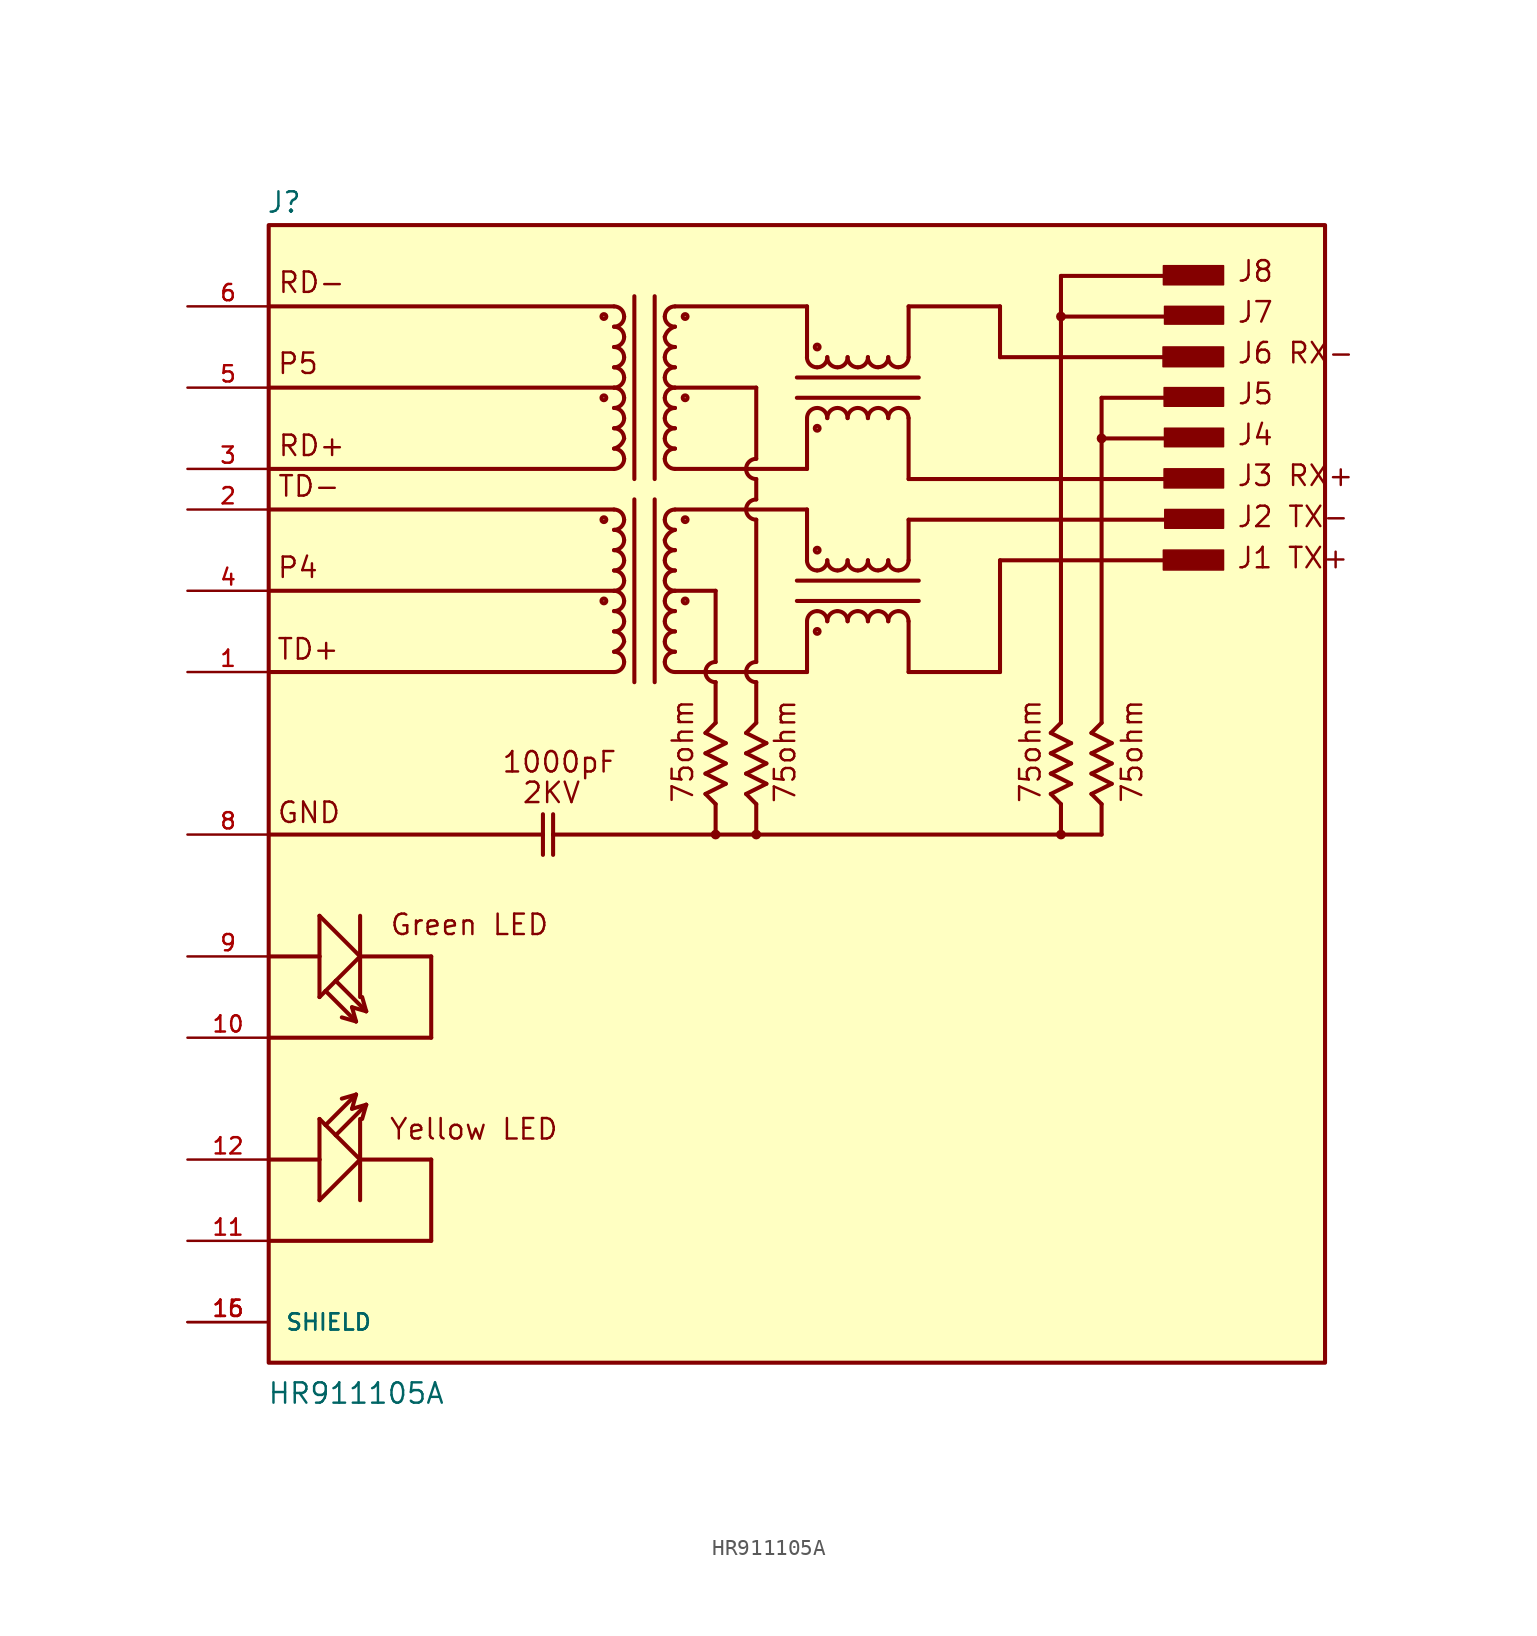
<source format=kicad_sym>
(kicad_symbol_lib
  (version 20211014)
  (generator kicad_symbol_editor)
  (symbol "HR911105A"
    (pin_names
      (offset 1.016))
    (property "Reference" "J"
      (at -33.178 36.241 0)
      (effects (font (size 1.27 1.27)) (justify bottom left)))
    (property "Value" "HR911105A"
      (at -33.124 -38.22 0)
      (effects (font (size 1.27 1.27)) (justify bottom left)))
    (symbol "HR911105A_0_0"
      (polyline (pts (xy 23.495 32.385) (xy 16.51 32.385)) (stroke (width 0.254)))
      (polyline (pts (xy 16.51 32.385) (xy 16.51 29.845)) (stroke (width 0.254)))
      (polyline (pts (xy 16.51 29.845) (xy 23.495 29.845)) (stroke (width 0.254)))
      (polyline (pts (xy 16.51 29.845) (xy 16.51 4.445)) (stroke (width 0.254)))
      (polyline (pts (xy 16.51 4.445) (xy 15.875 3.81)) (stroke (width 0.254)))
      (polyline (pts (xy 15.875 3.81) (xy 17.145 3.175)) (stroke (width 0.254)))
      (polyline (pts (xy 17.145 3.175) (xy 15.875 2.54)) (stroke (width 0.254)))
      (polyline (pts (xy 15.875 2.54) (xy 17.145 1.905)) (stroke (width 0.254)))
      (polyline (pts (xy 17.145 1.905) (xy 15.875 1.27)) (stroke (width 0.254)))
      (polyline (pts (xy 15.875 1.27) (xy 17.145 0.635)) (stroke (width 0.254)))
      (polyline (pts (xy 17.145 0.635) (xy 15.875 0.0)) (stroke (width 0.254)))
      (polyline (pts (xy 15.875 0.0) (xy 16.51 -0.635)) (stroke (width 0.254)))
      (polyline (pts (xy 16.51 -0.635) (xy 16.51 -2.54)) (stroke (width 0.254)))
      (polyline (pts (xy 23.495 24.765) (xy 19.05 24.765)) (stroke (width 0.254)))
      (polyline (pts (xy 19.05 24.765) (xy 19.05 22.225)) (stroke (width 0.254)))
      (polyline (pts (xy 19.05 22.225) (xy 23.495 22.225)) (stroke (width 0.254)))
      (polyline (pts (xy 19.05 4.445) (xy 18.415 3.81)) (stroke (width 0.254)))
      (polyline (pts (xy 18.415 3.81) (xy 19.685 3.175)) (stroke (width 0.254)))
      (polyline (pts (xy 19.685 3.175) (xy 18.415 2.54)) (stroke (width 0.254)))
      (polyline (pts (xy 18.415 2.54) (xy 19.685 1.905)) (stroke (width 0.254)))
      (polyline (pts (xy 19.685 1.905) (xy 18.415 1.27)) (stroke (width 0.254)))
      (polyline (pts (xy 18.415 1.27) (xy 19.685 0.635)) (stroke (width 0.254)))
      (polyline (pts (xy 19.685 0.635) (xy 18.415 0.0)) (stroke (width 0.254)))
      (polyline (pts (xy 18.415 0.0) (xy 19.05 -0.635)) (stroke (width 0.254)))
      (polyline (pts (xy 19.05 -0.635) (xy 19.05 -2.54)) (stroke (width 0.254)))
      (polyline (pts (xy 19.05 22.225) (xy 19.05 4.445)) (stroke (width 0.254)))
      (polyline (pts (xy 23.495 27.305) (xy 12.7 27.305)) (stroke (width 0.254)))
      (polyline (pts (xy 12.7 27.305) (xy 12.7 30.48)) (stroke (width 0.254)))
      (polyline (pts (xy 12.7 30.48) (xy 6.985 30.48)) (stroke (width 0.254)))
      (polyline (pts (xy 6.985 30.48) (xy 6.985 27.305)) (stroke (width 0.254)))
      (arc (start 6.35 26.67) (mid 6.799 26.856) (end 6.985 27.305) (stroke (width 0.254) (type default) (color 0 0 0 0)) (fill (type none)))
      (arc (start 5.715 27.305) (mid 5.901 26.856) (end 6.35 26.67) (stroke (width 0.254) (type default) (color 0 0 0 0)) (fill (type none)))
      (arc (start 5.08 26.67) (mid 5.529 26.856) (end 5.715 27.305) (stroke (width 0.254) (type default) (color 0 0 0 0)) (fill (type none)))
      (arc (start 4.445 27.305) (mid 4.631 26.856) (end 5.08 26.67) (stroke (width 0.254) (type default) (color 0 0 0 0)) (fill (type none)))
      (arc (start 3.81 26.67) (mid 4.259 26.856) (end 4.445 27.305) (stroke (width 0.254) (type default) (color 0 0 0 0)) (fill (type none)))
      (arc (start 3.175 27.305) (mid 3.361 26.856) (end 3.81 26.67) (stroke (width 0.254) (type default) (color 0 0 0 0)) (fill (type none)))
      (arc (start 2.54 26.67) (mid 2.989 26.856) (end 3.175 27.305) (stroke (width 0.254) (type default) (color 0 0 0 0)) (fill (type none)))
      (arc (start 1.905 27.305) (mid 2.091 26.856) (end 2.54 26.67) (stroke (width 0.254) (type default) (color 0 0 0 0)) (fill (type none)))
      (arc (start 1.27 26.67) (mid 1.719 26.856) (end 1.905 27.305) (stroke (width 0.254) (type default) (color 0 0 0 0)) (fill (type none)))
      (arc (start 0.635 27.305) (mid 0.821 26.856) (end 1.27 26.67) (stroke (width 0.254) (type default) (color 0 0 0 0)) (fill (type none)))
      (polyline (pts (xy 0.635 27.305) (xy 0.635 30.48)) (stroke (width 0.254)))
      (polyline (pts (xy 0.635 30.48) (xy -7.62 30.48)) (stroke (width 0.254)))
      (arc (start -8.255 29.845) (mid -8.069 30.294) (end -7.62 30.48) (stroke (width 0.254) (type default) (color 0 0 0 0)) (fill (type none)))
      (arc (start -7.62 29.21) (mid -8.069 29.396) (end -8.255 29.845) (stroke (width 0.254) (type default) (color 0 0 0 0)) (fill (type none)))
      (arc (start -8.255 28.575) (mid -8.0226 28.9776) (end -7.62 29.21) (stroke (width 0.254) (type default) (color 0 0 0 0)) (fill (type none)))
      (arc (start -7.62 27.94) (mid -8.069 28.126) (end -8.255 28.575) (stroke (width 0.254) (type default) (color 0 0 0 0)) (fill (type none)))
      (arc (start -8.255 27.305) (mid -8.069 27.754) (end -7.62 27.94) (stroke (width 0.254) (type default) (color 0 0 0 0)) (fill (type none)))
      (arc (start -7.62 26.67) (mid -8.069 26.856) (end -8.255 27.305) (stroke (width 0.254) (type default) (color 0 0 0 0)) (fill (type none)))
      (arc (start -8.255 26.035) (mid -8.069 26.484) (end -7.62 26.67) (stroke (width 0.254) (type default) (color 0 0 0 0)) (fill (type none)))
      (arc (start -7.62 25.4) (mid -8.069 25.586) (end -8.255 26.035) (stroke (width 0.254) (type default) (color 0 0 0 0)) (fill (type none)))
      (arc (start -8.255 24.765) (mid -8.069 25.214) (end -7.62 25.4) (stroke (width 0.254) (type default) (color 0 0 0 0)) (fill (type none)))
      (arc (start -7.62 24.13) (mid -8.069 24.316) (end -8.255 24.765) (stroke (width 0.254) (type default) (color 0 0 0 0)) (fill (type none)))
      (arc (start -8.255 23.495) (mid -8.069 23.944) (end -7.62 24.13) (stroke (width 0.254) (type default) (color 0 0 0 0)) (fill (type none)))
      (arc (start -7.62 22.86) (mid -8.069 23.046) (end -8.255 23.495) (stroke (width 0.254) (type default) (color 0 0 0 0)) (fill (type none)))
      (arc (start -8.255 22.225) (mid -8.069 22.674) (end -7.62 22.86) (stroke (width 0.254) (type default) (color 0 0 0 0)) (fill (type none)))
      (arc (start -7.62 21.59) (mid -8.069 21.776) (end -8.255 22.225) (stroke (width 0.254) (type default) (color 0 0 0 0)) (fill (type none)))
      (arc (start -8.255 20.955) (mid -8.069 21.404) (end -7.62 21.59) (stroke (width 0.254) (type default) (color 0 0 0 0)) (fill (type none)))
      (arc (start -7.62 20.32) (mid -8.069 20.506) (end -8.255 20.955) (stroke (width 0.254) (type default) (color 0 0 0 0)) (fill (type none)))
      (polyline (pts (xy -7.62 20.32) (xy -3.175 20.32)) (stroke (width 0.254)))
      (polyline (pts (xy -3.175 20.32) (xy 0.635 20.32)) (stroke (width 0.254)))
      (polyline (pts (xy 0.635 20.32) (xy 0.635 23.495)) (stroke (width 0.254)))
      (arc (start 1.27 24.13) (mid 0.821 23.944) (end 0.635 23.495) (stroke (width 0.254) (type default) (color 0 0 0 0)) (fill (type none)))
      (arc (start 1.905 23.495) (mid 1.719 23.944) (end 1.27 24.13) (stroke (width 0.254) (type default) (color 0 0 0 0)) (fill (type none)))
      (arc (start 2.54 24.13) (mid 2.091 23.944) (end 1.905 23.495) (stroke (width 0.254) (type default) (color 0 0 0 0)) (fill (type none)))
      (arc (start 3.175 23.495) (mid 2.989 23.944) (end 2.54 24.13) (stroke (width 0.254) (type default) (color 0 0 0 0)) (fill (type none)))
      (arc (start 3.81 24.13) (mid 3.361 23.944) (end 3.175 23.495) (stroke (width 0.254) (type default) (color 0 0 0 0)) (fill (type none)))
      (arc (start 4.445 23.495) (mid 4.259 23.944) (end 3.81 24.13) (stroke (width 0.254) (type default) (color 0 0 0 0)) (fill (type none)))
      (arc (start 5.08 24.13) (mid 4.631 23.944) (end 4.445 23.495) (stroke (width 0.254) (type default) (color 0 0 0 0)) (fill (type none)))
      (arc (start 5.715 23.495) (mid 5.529 23.944) (end 5.08 24.13) (stroke (width 0.254) (type default) (color 0 0 0 0)) (fill (type none)))
      (arc (start 6.35 24.13) (mid 5.901 23.944) (end 5.715 23.495) (stroke (width 0.254) (type default) (color 0 0 0 0)) (fill (type none)))
      (arc (start 6.985 23.495) (mid 6.799 23.944) (end 6.35 24.13) (stroke (width 0.254) (type default) (color 0 0 0 0)) (fill (type none)))
      (polyline (pts (xy 6.985 23.495) (xy 6.985 19.685)) (stroke (width 0.254)))
      (polyline (pts (xy 0.0 26.035) (xy 7.62 26.035)) (stroke (width 0.254)))
      (polyline (pts (xy 0.0 24.765) (xy 7.62 24.765)) (stroke (width 0.254)))
      (polyline (pts (xy 23.495 19.685) (xy 6.985 19.685)) (stroke (width 0.254)))
      (polyline (pts (xy -8.89 31.115) (xy -8.89 19.685)) (stroke (width 0.254)))
      (polyline (pts (xy -10.16 31.115) (xy -10.16 19.685)) (stroke (width 0.254)))
      (arc (start -10.795 20.955) (mid -10.981 20.506) (end -11.43 20.32) (stroke (width 0.254) (type default) (color 0 0 0 0)) (fill (type none)))
      (arc (start -11.43 21.59) (mid -10.981 21.404) (end -10.795 20.955) (stroke (width 0.254) (type default) (color 0 0 0 0)) (fill (type none)))
      (arc (start -10.795 22.225) (mid -11.0274 21.8224) (end -11.43 21.59) (stroke (width 0.254) (type default) (color 0 0 0 0)) (fill (type none)))
      (arc (start -11.43 22.86) (mid -10.981 22.674) (end -10.795 22.225) (stroke (width 0.254) (type default) (color 0 0 0 0)) (fill (type none)))
      (arc (start -10.795 23.495) (mid -10.981 23.046) (end -11.43 22.86) (stroke (width 0.254) (type default) (color 0 0 0 0)) (fill (type none)))
      (arc (start -11.43 24.13) (mid -10.981 23.944) (end -10.795 23.495) (stroke (width 0.254) (type default) (color 0 0 0 0)) (fill (type none)))
      (arc (start -10.795 24.765) (mid -10.981 24.316) (end -11.43 24.13) (stroke (width 0.254) (type default) (color 0 0 0 0)) (fill (type none)))
      (arc (start -11.43 25.4) (mid -10.981 25.214) (end -10.795 24.765) (stroke (width 0.254) (type default) (color 0 0 0 0)) (fill (type none)))
      (arc (start -10.795 26.035) (mid -10.981 25.586) (end -11.43 25.4) (stroke (width 0.254) (type default) (color 0 0 0 0)) (fill (type none)))
      (arc (start -11.43 26.67) (mid -10.981 26.484) (end -10.795 26.035) (stroke (width 0.254) (type default) (color 0 0 0 0)) (fill (type none)))
      (arc (start -10.795 27.305) (mid -10.981 26.856) (end -11.43 26.67) (stroke (width 0.254) (type default) (color 0 0 0 0)) (fill (type none)))
      (arc (start -11.43 27.94) (mid -10.981 27.754) (end -10.795 27.305) (stroke (width 0.254) (type default) (color 0 0 0 0)) (fill (type none)))
      (arc (start -10.795 28.575) (mid -10.981 28.126) (end -11.43 27.94) (stroke (width 0.254) (type default) (color 0 0 0 0)) (fill (type none)))
      (arc (start -11.43 29.21) (mid -10.981 29.024) (end -10.795 28.575) (stroke (width 0.254) (type default) (color 0 0 0 0)) (fill (type none)))
      (arc (start -10.795 29.845) (mid -10.981 29.396) (end -11.43 29.21) (stroke (width 0.254) (type default) (color 0 0 0 0)) (fill (type none)))
      (arc (start -11.43 30.48) (mid -10.981 30.294) (end -10.795 29.845) (stroke (width 0.254) (type default) (color 0 0 0 0)) (fill (type none)))
      (polyline (pts (xy -11.43 30.48) (xy -33.02 30.48)) (stroke (width 0.254)))
      (polyline (pts (xy -33.02 20.32) (xy -11.43 20.32)) (stroke (width 0.254)))
      (polyline (pts (xy -11.43 25.4) (xy -33.02 25.4)) (stroke (width 0.254)))
      (polyline (pts (xy 23.495 17.145) (xy 6.985 17.145)) (stroke (width 0.254)))
      (polyline (pts (xy 6.985 17.145) (xy 6.985 14.605)) (stroke (width 0.254)))
      (arc (start 6.35 13.97) (mid 6.799 14.156) (end 6.985 14.605) (stroke (width 0.254) (type default) (color 0 0 0 0)) (fill (type none)))
      (arc (start 5.715 14.605) (mid 5.901 14.156) (end 6.35 13.97) (stroke (width 0.254) (type default) (color 0 0 0 0)) (fill (type none)))
      (arc (start 5.08 13.97) (mid 5.529 14.156) (end 5.715 14.605) (stroke (width 0.254) (type default) (color 0 0 0 0)) (fill (type none)))
      (arc (start 4.445 14.605) (mid 4.631 14.156) (end 5.08 13.97) (stroke (width 0.254) (type default) (color 0 0 0 0)) (fill (type none)))
      (arc (start 3.81 13.97) (mid 4.259 14.156) (end 4.445 14.605) (stroke (width 0.254) (type default) (color 0 0 0 0)) (fill (type none)))
      (arc (start 3.175 14.605) (mid 3.361 14.156) (end 3.81 13.97) (stroke (width 0.254) (type default) (color 0 0 0 0)) (fill (type none)))
      (arc (start 2.54 13.97) (mid 2.989 14.156) (end 3.175 14.605) (stroke (width 0.254) (type default) (color 0 0 0 0)) (fill (type none)))
      (arc (start 1.905 14.605) (mid 2.091 14.156) (end 2.54 13.97) (stroke (width 0.254) (type default) (color 0 0 0 0)) (fill (type none)))
      (arc (start 1.27 13.97) (mid 1.719 14.156) (end 1.905 14.605) (stroke (width 0.254) (type default) (color 0 0 0 0)) (fill (type none)))
      (arc (start 0.635 14.605) (mid 0.821 14.156) (end 1.27 13.97) (stroke (width 0.254) (type default) (color 0 0 0 0)) (fill (type none)))
      (polyline (pts (xy 0.635 14.605) (xy 0.635 17.78)) (stroke (width 0.254)))
      (polyline (pts (xy 0.635 17.78) (xy -3.175 17.78)) (stroke (width 0.254)))
      (polyline (pts (xy -3.175 17.78) (xy -7.62 17.78)) (stroke (width 0.254)))
      (arc (start -8.255 17.145) (mid -8.069 17.594) (end -7.62 17.78) (stroke (width 0.254) (type default) (color 0 0 0 0)) (fill (type none)))
      (arc (start -7.62 16.51) (mid -8.069 16.696) (end -8.255 17.145) (stroke (width 0.254) (type default) (color 0 0 0 0)) (fill (type none)))
      (arc (start -8.255 15.875) (mid -8.0226 16.2776) (end -7.62 16.51) (stroke (width 0.254) (type default) (color 0 0 0 0)) (fill (type none)))
      (arc (start -7.62 15.24) (mid -8.069 15.426) (end -8.255 15.875) (stroke (width 0.254) (type default) (color 0 0 0 0)) (fill (type none)))
      (arc (start -8.255 14.605) (mid -8.069 15.054) (end -7.62 15.24) (stroke (width 0.254) (type default) (color 0 0 0 0)) (fill (type none)))
      (arc (start -7.62 13.97) (mid -8.069 14.156) (end -8.255 14.605) (stroke (width 0.254) (type default) (color 0 0 0 0)) (fill (type none)))
      (arc (start -8.255 13.335) (mid -8.069 13.784) (end -7.62 13.97) (stroke (width 0.254) (type default) (color 0 0 0 0)) (fill (type none)))
      (arc (start -7.62 12.7) (mid -8.069 12.886) (end -8.255 13.335) (stroke (width 0.254) (type default) (color 0 0 0 0)) (fill (type none)))
      (arc (start -8.255 12.065) (mid -8.069 12.514) (end -7.62 12.7) (stroke (width 0.254) (type default) (color 0 0 0 0)) (fill (type none)))
      (arc (start -7.62 11.43) (mid -8.069 11.616) (end -8.255 12.065) (stroke (width 0.254) (type default) (color 0 0 0 0)) (fill (type none)))
      (arc (start -8.255 10.795) (mid -8.069 11.244) (end -7.62 11.43) (stroke (width 0.254) (type default) (color 0 0 0 0)) (fill (type none)))
      (arc (start -7.62 10.16) (mid -8.069 10.346) (end -8.255 10.795) (stroke (width 0.254) (type default) (color 0 0 0 0)) (fill (type none)))
      (arc (start -8.255 9.525) (mid -8.069 9.974) (end -7.62 10.16) (stroke (width 0.254) (type default) (color 0 0 0 0)) (fill (type none)))
      (arc (start -7.62 8.89) (mid -8.069 9.076) (end -8.255 9.525) (stroke (width 0.254) (type default) (color 0 0 0 0)) (fill (type none)))
      (arc (start -8.255 8.255) (mid -8.069 8.704) (end -7.62 8.89) (stroke (width 0.254) (type default) (color 0 0 0 0)) (fill (type none)))
      (arc (start -7.62 7.62) (mid -8.069 7.806) (end -8.255 8.255) (stroke (width 0.254) (type default) (color 0 0 0 0)) (fill (type none)))
      (polyline (pts (xy -7.62 7.62) (xy -5.715 7.62)) (stroke (width 0.254)))
      (polyline (pts (xy -5.715 7.62) (xy -3.175 7.62)) (stroke (width 0.254)))
      (polyline (pts (xy -3.175 7.62) (xy 0.635 7.62)) (stroke (width 0.254)))
      (polyline (pts (xy 0.635 7.62) (xy 0.635 10.795)) (stroke (width 0.254)))
      (arc (start 1.27 11.43) (mid 0.821 11.244) (end 0.635 10.795) (stroke (width 0.254) (type default) (color 0 0 0 0)) (fill (type none)))
      (arc (start 1.905 10.795) (mid 1.719 11.244) (end 1.27 11.43) (stroke (width 0.254) (type default) (color 0 0 0 0)) (fill (type none)))
      (arc (start 2.54 11.43) (mid 2.091 11.244) (end 1.905 10.795) (stroke (width 0.254) (type default) (color 0 0 0 0)) (fill (type none)))
      (arc (start 3.175 10.795) (mid 2.989 11.244) (end 2.54 11.43) (stroke (width 0.254) (type default) (color 0 0 0 0)) (fill (type none)))
      (arc (start 3.81 11.43) (mid 3.361 11.244) (end 3.175 10.795) (stroke (width 0.254) (type default) (color 0 0 0 0)) (fill (type none)))
      (arc (start 4.445 10.795) (mid 4.259 11.244) (end 3.81 11.43) (stroke (width 0.254) (type default) (color 0 0 0 0)) (fill (type none)))
      (arc (start 5.08 11.43) (mid 4.631 11.244) (end 4.445 10.795) (stroke (width 0.254) (type default) (color 0 0 0 0)) (fill (type none)))
      (arc (start 5.715 10.795) (mid 5.529 11.244) (end 5.08 11.43) (stroke (width 0.254) (type default) (color 0 0 0 0)) (fill (type none)))
      (arc (start 6.35 11.43) (mid 5.901 11.244) (end 5.715 10.795) (stroke (width 0.254) (type default) (color 0 0 0 0)) (fill (type none)))
      (arc (start 6.985 10.795) (mid 6.799 11.244) (end 6.35 11.43) (stroke (width 0.254) (type default) (color 0 0 0 0)) (fill (type none)))
      (polyline (pts (xy 6.985 10.795) (xy 6.985 7.62)) (stroke (width 0.254)))
      (polyline (pts (xy 0.0 13.335) (xy 7.62 13.335)) (stroke (width 0.254)))
      (polyline (pts (xy 0.0 12.065) (xy 7.62 12.065)) (stroke (width 0.254)))
      (polyline (pts (xy 23.495 14.605) (xy 12.7 14.605)) (stroke (width 0.254)))
      (polyline (pts (xy 12.7 14.605) (xy 12.7 7.62)) (stroke (width 0.254)))
      (polyline (pts (xy 12.7 7.62) (xy 6.985 7.62)) (stroke (width 0.254)))
      (polyline (pts (xy -8.89 18.415) (xy -8.89 6.985)) (stroke (width 0.254)))
      (polyline (pts (xy -10.16 18.415) (xy -10.16 6.985)) (stroke (width 0.254)))
      (arc (start -10.795 8.255) (mid -10.981 7.806) (end -11.43 7.62) (stroke (width 0.254) (type default) (color 0 0 0 0)) (fill (type none)))
      (arc (start -11.43 8.89) (mid -10.981 8.704) (end -10.795 8.255) (stroke (width 0.254) (type default) (color 0 0 0 0)) (fill (type none)))
      (arc (start -10.795 9.525) (mid -11.0274 9.1224) (end -11.43 8.89) (stroke (width 0.254) (type default) (color 0 0 0 0)) (fill (type none)))
      (arc (start -11.43 10.16) (mid -10.981 9.974) (end -10.795 9.525) (stroke (width 0.254) (type default) (color 0 0 0 0)) (fill (type none)))
      (arc (start -10.795 10.795) (mid -10.981 10.346) (end -11.43 10.16) (stroke (width 0.254) (type default) (color 0 0 0 0)) (fill (type none)))
      (arc (start -11.43 11.43) (mid -10.981 11.244) (end -10.795 10.795) (stroke (width 0.254) (type default) (color 0 0 0 0)) (fill (type none)))
      (arc (start -10.795 12.065) (mid -10.981 11.616) (end -11.43 11.43) (stroke (width 0.254) (type default) (color 0 0 0 0)) (fill (type none)))
      (arc (start -11.43 12.7) (mid -10.981 12.514) (end -10.795 12.065) (stroke (width 0.254) (type default) (color 0 0 0 0)) (fill (type none)))
      (arc (start -10.795 13.335) (mid -10.981 12.886) (end -11.43 12.7) (stroke (width 0.254) (type default) (color 0 0 0 0)) (fill (type none)))
      (arc (start -11.43 13.97) (mid -10.981 13.784) (end -10.795 13.335) (stroke (width 0.254) (type default) (color 0 0 0 0)) (fill (type none)))
      (arc (start -10.795 14.605) (mid -10.981 14.156) (end -11.43 13.97) (stroke (width 0.254) (type default) (color 0 0 0 0)) (fill (type none)))
      (arc (start -11.43 15.24) (mid -10.981 15.054) (end -10.795 14.605) (stroke (width 0.254) (type default) (color 0 0 0 0)) (fill (type none)))
      (arc (start -10.795 15.875) (mid -10.981 15.426) (end -11.43 15.24) (stroke (width 0.254) (type default) (color 0 0 0 0)) (fill (type none)))
      (arc (start -11.43 16.51) (mid -10.981 16.324) (end -10.795 15.875) (stroke (width 0.254) (type default) (color 0 0 0 0)) (fill (type none)))
      (arc (start -10.795 17.145) (mid -10.981 16.696) (end -11.43 16.51) (stroke (width 0.254) (type default) (color 0 0 0 0)) (fill (type none)))
      (arc (start -11.43 17.78) (mid -10.981 17.594) (end -10.795 17.145) (stroke (width 0.254) (type default) (color 0 0 0 0)) (fill (type none)))
      (polyline (pts (xy -11.43 17.78) (xy -33.02 17.78)) (stroke (width 0.254)))
      (polyline (pts (xy -11.43 7.62) (xy -33.02 7.62)) (stroke (width 0.254)))
      (polyline (pts (xy -7.62 25.4) (xy -2.54 25.4)) (stroke (width 0.254)))
      (polyline (pts (xy -2.54 25.4) (xy -2.54 20.955)) (stroke (width 0.254)))
      (arc (start -3.175 20.32) (mid -2.989 20.769) (end -2.54 20.955) (stroke (width 0.254) (type default) (color 0 0 0 0)) (fill (type none)))
      (arc (start -2.54 19.685) (mid -2.989 19.871) (end -3.175 20.32) (stroke (width 0.254) (type default) (color 0 0 0 0)) (fill (type none)))
      (polyline (pts (xy -2.54 19.685) (xy -2.54 18.415)) (stroke (width 0.254)))
      (arc (start -3.175 17.78) (mid -2.989 18.229) (end -2.54 18.415) (stroke (width 0.254) (type default) (color 0 0 0 0)) (fill (type none)))
      (arc (start -2.54 17.145) (mid -2.989 17.331) (end -3.175 17.78) (stroke (width 0.254) (type default) (color 0 0 0 0)) (fill (type none)))
      (polyline (pts (xy -2.54 17.145) (xy -2.54 8.255)) (stroke (width 0.254)))
      (arc (start -3.175 7.62) (mid -2.989 8.069) (end -2.54 8.255) (stroke (width 0.254) (type default) (color 0 0 0 0)) (fill (type none)))
      (arc (start -2.54 6.985) (mid -2.989 7.171) (end -3.175 7.62) (stroke (width 0.254) (type default) (color 0 0 0 0)) (fill (type none)))
      (polyline (pts (xy -2.54 6.985) (xy -2.54 4.445)) (stroke (width 0.254)))
      (polyline (pts (xy -2.54 4.445) (xy -3.175 3.81)) (stroke (width 0.254)))
      (polyline (pts (xy -3.175 3.81) (xy -1.905 3.175)) (stroke (width 0.254)))
      (polyline (pts (xy -1.905 3.175) (xy -3.175 2.54)) (stroke (width 0.254)))
      (polyline (pts (xy -3.175 2.54) (xy -1.905 1.905)) (stroke (width 0.254)))
      (polyline (pts (xy -1.905 1.905) (xy -3.175 1.27)) (stroke (width 0.254)))
      (polyline (pts (xy -3.175 1.27) (xy -1.905 0.635)) (stroke (width 0.254)))
      (polyline (pts (xy -1.905 0.635) (xy -3.175 0.0)) (stroke (width 0.254)))
      (polyline (pts (xy -3.175 0.0) (xy -2.54 -0.635)) (stroke (width 0.254)))
      (polyline (pts (xy -2.54 -0.635) (xy -2.54 -2.54)) (stroke (width 0.254)))
      (polyline (pts (xy -5.08 6.985) (xy -5.08 4.445)) (stroke (width 0.254)))
      (polyline (pts (xy -5.08 4.445) (xy -5.715 3.81)) (stroke (width 0.254)))
      (polyline (pts (xy -5.715 3.81) (xy -4.445 3.175)) (stroke (width 0.254)))
      (polyline (pts (xy -4.445 3.175) (xy -5.715 2.54)) (stroke (width 0.254)))
      (polyline (pts (xy -5.715 2.54) (xy -4.445 1.905)) (stroke (width 0.254)))
      (polyline (pts (xy -4.445 1.905) (xy -5.715 1.27)) (stroke (width 0.254)))
      (polyline (pts (xy -5.715 1.27) (xy -4.445 0.635)) (stroke (width 0.254)))
      (polyline (pts (xy -4.445 0.635) (xy -5.715 0.0)) (stroke (width 0.254)))
      (polyline (pts (xy -5.715 0.0) (xy -5.08 -0.635)) (stroke (width 0.254)))
      (polyline (pts (xy -5.08 -0.635) (xy -5.08 -2.54)) (stroke (width 0.254)))
      (arc (start -5.715 7.62) (mid -5.529 8.069) (end -5.08 8.255) (stroke (width 0.254) (type default) (color 0 0 0 0)) (fill (type none)))
      (arc (start -5.08 6.985) (mid -5.529 7.171) (end -5.715 7.62) (stroke (width 0.254) (type default) (color 0 0 0 0)) (fill (type none)))
      (polyline (pts (xy -5.08 8.255) (xy -5.08 12.7)) (stroke (width 0.254)))
      (polyline (pts (xy -5.08 12.7) (xy -7.62 12.7)) (stroke (width 0.254)))
      (polyline (pts (xy -33.02 12.7) (xy -11.43 12.7)) (stroke (width 0.254)))
      (polyline (pts (xy 19.05 -2.54) (xy -5.08 -2.54)) (stroke (width 0.254)))
      (polyline (pts (xy -5.08 -2.54) (xy -15.24 -2.54)) (stroke (width 0.254)))
      (polyline (pts (xy -15.24 -2.54) (xy -15.24 -3.81)) (stroke (width 0.254)))
      (polyline (pts (xy -15.24 -2.54) (xy -15.24 -1.27)) (stroke (width 0.254)))
      (polyline (pts (xy -15.875 -1.27) (xy -15.875 -2.54)) (stroke (width 0.254)))
      (polyline (pts (xy -15.875 -2.54) (xy -15.875 -3.81)) (stroke (width 0.254)))
      (polyline (pts (xy -15.875 -2.54) (xy -33.02 -2.54)) (stroke (width 0.254)))
      (polyline (pts (xy -29.845 -20.32) (xy -29.845 -22.86)) (stroke (width 0.254)))
      (polyline (pts (xy -29.845 -22.86) (xy -29.845 -25.4)) (stroke (width 0.254)))
      (polyline (pts (xy -29.845 -25.4) (xy -27.305 -22.86)) (stroke (width 0.254)))
      (polyline (pts (xy -27.305 -22.86) (xy -28.829 -21.336)) (stroke (width 0.254)))
      (polyline (pts (xy -28.829 -21.336) (xy -29.464 -20.701)) (stroke (width 0.254)))
      (polyline (pts (xy -29.464 -20.701) (xy -29.845 -20.32)) (stroke (width 0.254)))
      (polyline (pts (xy -27.305 -20.32) (xy -27.305 -22.86)) (stroke (width 0.254)))
      (polyline (pts (xy -27.305 -22.86) (xy -27.305 -25.4)) (stroke (width 0.254)))
      (polyline (pts (xy -29.845 -22.86) (xy -33.02 -22.86)) (stroke (width 0.254)))
      (polyline (pts (xy -27.305 -22.86) (xy -22.86 -22.86)) (stroke (width 0.254)))
      (polyline (pts (xy -29.464 -20.701) (xy -27.559 -18.796)) (stroke (width 0.254)))
      (polyline (pts (xy -28.829 -21.336) (xy -26.924 -19.431)) (stroke (width 0.254)))
      (polyline (pts (xy -27.559 -18.796) (xy -28.448 -19.05)) (stroke (width 0.254)))
      (polyline (pts (xy -27.559 -18.796) (xy -27.813 -19.685)) (stroke (width 0.254)))
      (polyline (pts (xy -26.924 -19.431) (xy -27.813 -19.685)) (stroke (width 0.254)))
      (polyline (pts (xy -26.924 -19.431) (xy -27.178 -20.32)) (stroke (width 0.254)))
      (polyline (pts (xy -29.845 -12.7) (xy -29.845 -10.16)) (stroke (width 0.254)))
      (polyline (pts (xy -29.845 -10.16) (xy -29.845 -7.62)) (stroke (width 0.254)))
      (polyline (pts (xy -29.845 -7.62) (xy -27.305 -10.16)) (stroke (width 0.254)))
      (polyline (pts (xy -27.305 -10.16) (xy -28.829 -11.684)) (stroke (width 0.254)))
      (polyline (pts (xy -28.829 -11.684) (xy -29.464 -12.319)) (stroke (width 0.254)))
      (polyline (pts (xy -29.464 -12.319) (xy -29.845 -12.7)) (stroke (width 0.254)))
      (polyline (pts (xy -27.305 -12.7) (xy -27.305 -10.16)) (stroke (width 0.254)))
      (polyline (pts (xy -27.305 -10.16) (xy -27.305 -7.62)) (stroke (width 0.254)))
      (polyline (pts (xy -29.845 -10.16) (xy -33.02 -10.16)) (stroke (width 0.254)))
      (polyline (pts (xy -27.305 -10.16) (xy -22.86 -10.16)) (stroke (width 0.254)))
      (polyline (pts (xy -29.464 -12.319) (xy -27.559 -14.224)) (stroke (width 0.254)))
      (polyline (pts (xy -28.829 -11.684) (xy -26.924 -13.589)) (stroke (width 0.254)))
      (polyline (pts (xy -27.559 -14.224) (xy -28.448 -13.97)) (stroke (width 0.254)))
      (polyline (pts (xy -27.559 -14.224) (xy -27.813 -13.335)) (stroke (width 0.254)))
      (polyline (pts (xy -26.924 -13.589) (xy -27.813 -13.335)) (stroke (width 0.254)))
      (polyline (pts (xy -26.924 -13.589) (xy -27.178 -12.7)) (stroke (width 0.254)))
      (circle (center 19.05 22.225) (radius 0.18) (stroke (width 0.254)) (fill (type none)))
      (circle (center 16.51 29.845) (radius 0.18) (stroke (width 0.254)) (fill (type none)))
      (text "J8" (at 27.468 31.93 0) (effects (font (size 1.278 1.278)) (justify bottom left)))
      (text "J7" (at 27.469 29.367 0) (effects (font (size 1.278 1.278)) (justify bottom left)))
      (text "J6 RX-" (at 27.468 26.817 0) (effects (font (size 1.278 1.278)) (justify bottom left)))
      (text "J5" (at 27.477 24.265 0) (effects (font (size 1.278 1.278)) (justify bottom left)))
      (text "J4" (at 27.459 21.705 0) (effects (font (size 1.277 1.277)) (justify bottom left)))
      (text "J3 RX+" (at 27.457 19.152 0) (effects (font (size 1.277 1.277)) (justify bottom left)))
      (text "J2 TX-" (at 27.457 16.581 0) (effects (font (size 1.277 1.277)) (justify bottom left)))
      (text "J1 TX+" (at 27.439 14.007 0) (effects (font (size 1.277 1.277)) (justify bottom left)))
      (text "Yellow LED" (at -25.535 -21.705 0) (effects (font (size 1.279 1.279)) (justify bottom left)))
      (text "Green LED" (at -25.492 -8.922 0) (effects (font (size 1.276 1.276)) (justify bottom left)))
      (text "75ohm" (at 21.692 -0.655 900) (effects (font (size 1.276 1.276)) (justify bottom left)))
      (text "75ohm" (at 15.335 -0.662 900) (effects (font (size 1.278 1.278)) (justify bottom left)))
      (text "75ohm" (at 0.0 -0.667 900) (effects (font (size 1.276 1.276)) (justify bottom left)))
      (text "75ohm" (at -6.39 -0.655 900) (effects (font (size 1.278 1.278)) (justify bottom left)))
      (text "1000pF" (at -18.501 1.242 0) (effects (font (size 1.276 1.276)) (justify bottom left)))
      (text "2KV" (at -17.231 -0.672 0) (effects (font (size 1.276 1.276)) (justify bottom left)))
      (rectangle (start 22.919 31.833) (end 26.67 33.02) (stroke (width 0.1)) (fill (type outline)))
      (rectangle (start 22.989 29.375) (end 26.67 30.48) (stroke (width 0.1)) (fill (type outline)))
      (rectangle (start 22.895 26.711) (end 26.67 27.94) (stroke (width 0.1)) (fill (type outline)))
      (rectangle (start 22.964 24.24) (end 26.67 25.4) (stroke (width 0.1)) (fill (type outline)))
      (rectangle (start 22.986 21.709) (end 26.67 22.86) (stroke (width 0.1)) (fill (type outline)))
      (rectangle (start 22.96 19.133) (end 26.67 20.32) (stroke (width 0.1)) (fill (type outline)))
      (rectangle (start 23.004 16.614) (end 26.67 17.78) (stroke (width 0.1)) (fill (type outline)))
      (rectangle (start 22.915 14.004) (end 26.67 15.24) (stroke (width 0.1)) (fill (type outline)))
      (circle (center -5.08 -2.54) (radius 0.178) (stroke (width 0.254)) (fill (type none)))
      (circle (center -2.54 -2.54) (radius 0.178) (stroke (width 0.254)) (fill (type none)))
      (circle (center 16.51 -2.54) (radius 0.178) (stroke (width 0.254)) (fill (type none)))
      (circle (center -12.065 29.845) (radius 0.152) (stroke (width 0.254)) (fill (type none)))
      (circle (center -12.065 24.765) (radius 0.152) (stroke (width 0.254)) (fill (type none)))
      (circle (center -12.065 17.145) (radius 0.152) (stroke (width 0.254)) (fill (type none)))
      (circle (center -12.065 12.065) (radius 0.152) (stroke (width 0.254)) (fill (type none)))
      (circle (center -6.985 29.845) (radius 0.152) (stroke (width 0.254)) (fill (type none)))
      (circle (center -6.985 24.765) (radius 0.152) (stroke (width 0.254)) (fill (type none)))
      (circle (center -6.985 17.145) (radius 0.152) (stroke (width 0.254)) (fill (type none)))
      (circle (center -6.985 12.065) (radius 0.152) (stroke (width 0.254)) (fill (type none)))
      (circle (center 1.27 27.94) (radius 0.152) (stroke (width 0.254)) (fill (type none)))
      (circle (center 1.27 22.86) (radius 0.152) (stroke (width 0.254)) (fill (type none)))
      (circle (center 1.27 15.24) (radius 0.152) (stroke (width 0.254)) (fill (type none)))
      (circle (center 1.27 10.16) (radius 0.152) (stroke (width 0.254)) (fill (type none)))
      (text "RD-" (at -32.499 31.224 0) (effects (font (size 1.274 1.274)) (justify bottom left)))
      (text "P5" (at -32.535 26.155 0) (effects (font (size 1.276 1.276)) (justify bottom left)))
      (text "RD+" (at -32.493 21.025 0) (effects (font (size 1.274 1.274)) (justify bottom left)))
      (text "TD-" (at -32.514 18.488 0) (effects (font (size 1.275 1.275)) (justify bottom left)))
      (text "P4" (at -32.544 13.401 0) (effects (font (size 1.276 1.276)) (justify bottom left)))
      (text "TD+" (at -32.569 8.302 0) (effects (font (size 1.277 1.277)) (justify bottom left)))
      (text "GND" (at -32.548 -1.915 0) (effects (font (size 1.276 1.276)) (justify bottom left)))
      (polyline (pts (xy -33.02 -15.24) (xy -22.86 -15.24)) (stroke (width 0.254)))
      (polyline (pts (xy -22.86 -15.24) (xy -22.86 -10.16)) (stroke (width 0.254)))
      (polyline (pts (xy -33.02 -27.94) (xy -22.86 -27.94)) (stroke (width 0.254)))
      (polyline (pts (xy -22.86 -27.94) (xy -22.86 -22.86)) (stroke (width 0.254)))
      (rectangle (start -33.02 -35.56) (end 33.02 35.56) (stroke (width 0.254)) (fill (type background)))
      (pin passive line (at -38.1 -10.16 0) (length 5.08) (name "~" (effects (font (size 1.016 1.016)))) (number "9" (effects (font (size 1.016 1.016)))))
      (pin passive line (at -38.1 -15.24 0) (length 5.08) (name "~" (effects (font (size 1.016 1.016)))) (number "10" (effects (font (size 1.016 1.016)))))
      (pin power_in line (at -38.1 -2.54 0) (length 5.08) (name "~" (effects (font (size 1.016 1.016)))) (number "8" (effects (font (size 1.016 1.016)))))
      (pin passive line (at -38.1 12.7 0) (length 5.08) (name "~" (effects (font (size 1.016 1.016)))) (number "4" (effects (font (size 1.016 1.016)))))
      (pin passive line (at -38.1 25.4 0) (length 5.08) (name "~" (effects (font (size 1.016 1.016)))) (number "5" (effects (font (size 1.016 1.016)))))
      (pin passive line (at -38.1 20.32 0) (length 5.08) (name "~" (effects (font (size 1.016 1.016)))) (number "3" (effects (font (size 1.016 1.016)))))
      (pin passive line (at -38.1 30.48 0) (length 5.08) (name "~" (effects (font (size 1.016 1.016)))) (number "6" (effects (font (size 1.016 1.016)))))
      (pin passive line (at -38.1 -33.02 0) (length 5.08) (name "SHIELD" (effects (font (size 1.016 1.016)))) (number "15" (effects (font (size 1.016 1.016)))))
      (pin passive line (at -38.1 -33.02 0) (length 5.08) (name "SHIELD" (effects (font (size 1.016 1.016)))) (number "16" (effects (font (size 1.016 1.016)))))
      (pin passive line (at -38.1 7.62 0) (length 5.08) (name "~" (effects (font (size 1.016 1.016)))) (number "1" (effects (font (size 1.016 1.016)))))
      (pin passive line (at -38.1 17.78 0) (length 5.08) (name "~" (effects (font (size 1.016 1.016)))) (number "2" (effects (font (size 1.016 1.016)))))
      (pin passive line (at -38.1 -22.86 0) (length 5.08) (name "~" (effects (font (size 1.016 1.016)))) (number "12" (effects (font (size 1.016 1.016)))))
      (pin passive line (at -38.1 -27.94 0) (length 5.08) (name "~" (effects (font (size 1.016 1.016)))) (number "11" (effects (font (size 1.016 1.016))))))))
</source>
